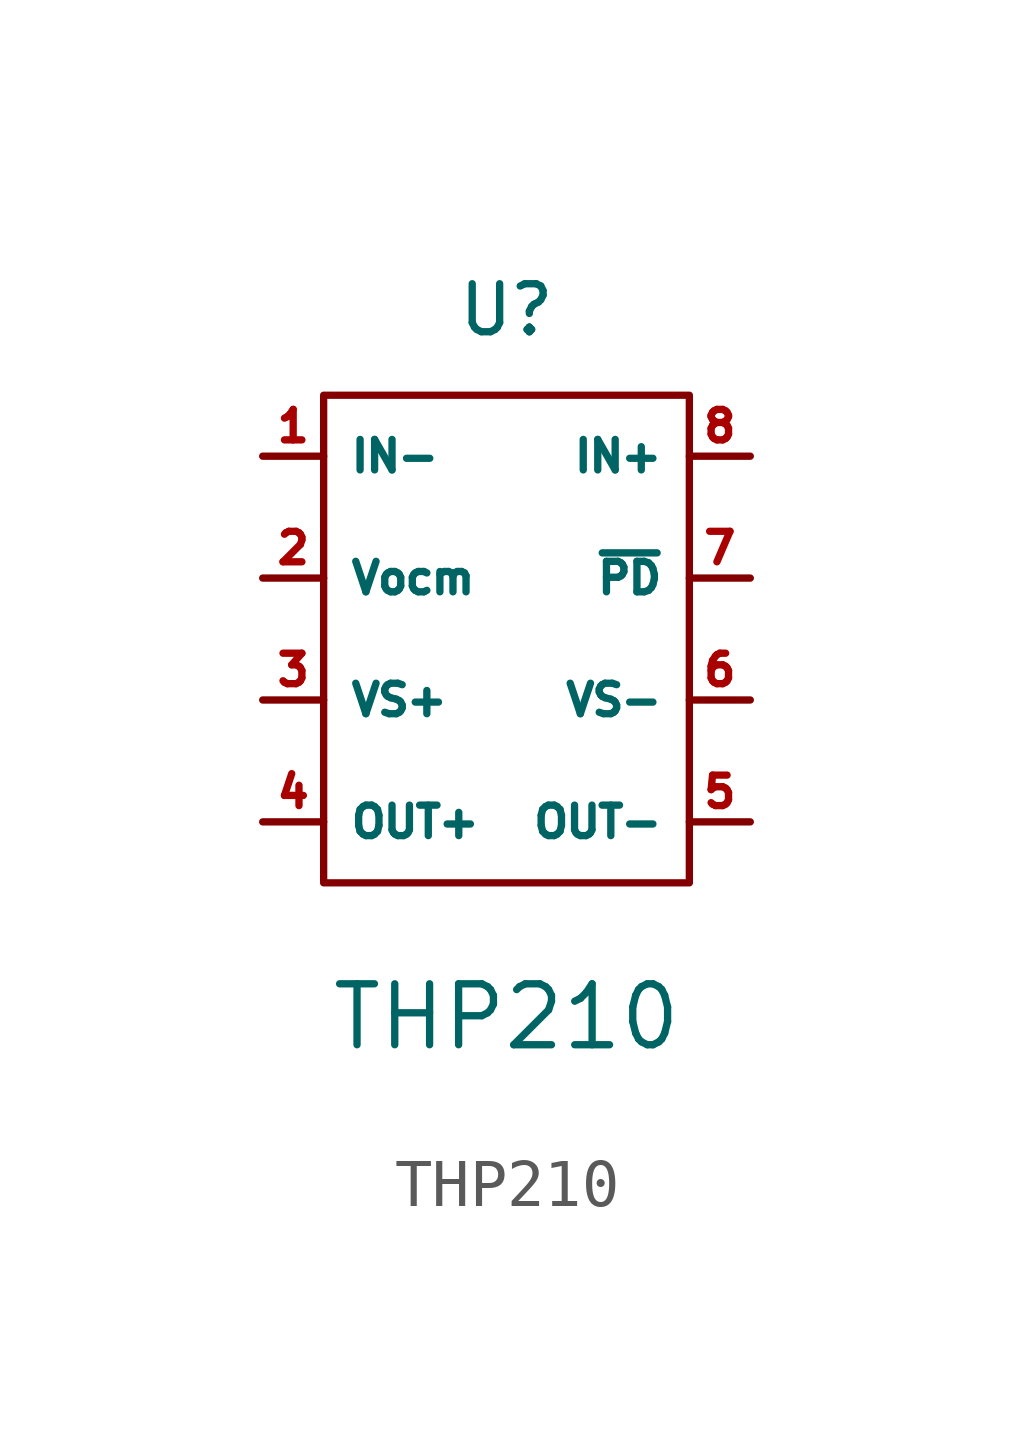
<source format=kicad_sym>
(kicad_symbol_lib
  (version 20241209)
  (generator "kicad_symbol_editor")
  (generator_version "9.0")
  (symbol "THP210"
    (property "Reference" "U"
      (at 0 6.858 0)
      (effects (font (size 1 1))))
    (property "Value" "THP210"
      (at 0 -7.874 0)
      (effects (font (size 1.27 1.27))))
    (symbol "THP210_0_1"
      (rectangle (start -3.81 5.08) (end 3.81 -5.08) (stroke (width 0) (type default)) (fill (type none))))
    (symbol "THP210_1_1"
      (pin input line (at -5.08 3.81 0) (length 1.27) (name "IN-" (effects (font (size 0.635 0.635)))) (number "1" (effects (font (size 0.635 0.635)))))
      (pin input line (at -5.08 1.27 0) (length 1.27) (name "Vocm" (effects (font (size 0.635 0.635)))) (number "2" (effects (font (size 0.635 0.635)))))
      (pin power_in line (at -5.08 -1.27 0) (length 1.27) (name "VS+" (effects (font (size 0.635 0.635)))) (number "3" (effects (font (size 0.635 0.635)))))
      (pin output line (at -5.08 -3.81 0) (length 1.27) (name "OUT+" (effects (font (size 0.635 0.635)))) (number "4" (effects (font (size 0.635 0.635)))))
      (pin input line (at 5.08 3.81 180) (length 1.27) (name "IN+" (effects (font (size 0.635 0.635)))) (number "8" (effects (font (size 0.635 0.635)))))
      (pin input line (at 5.08 1.27 180) (length 1.27) (name "~{PD}" (effects (font (size 0.635 0.635)))) (number "7" (effects (font (size 0.635 0.635)))))
      (pin output line (at 5.08 -1.27 180) (length 1.27) (name "VS-" (effects (font (size 0.635 0.635)))) (number "6" (effects (font (size 0.635 0.635)))))
      (pin output line (at 5.08 -3.81 180) (length 1.27) (name "OUT-" (effects (font (size 0.635 0.635)))) (number "5" (effects (font (size 0.635 0.635))))))))
</source>
